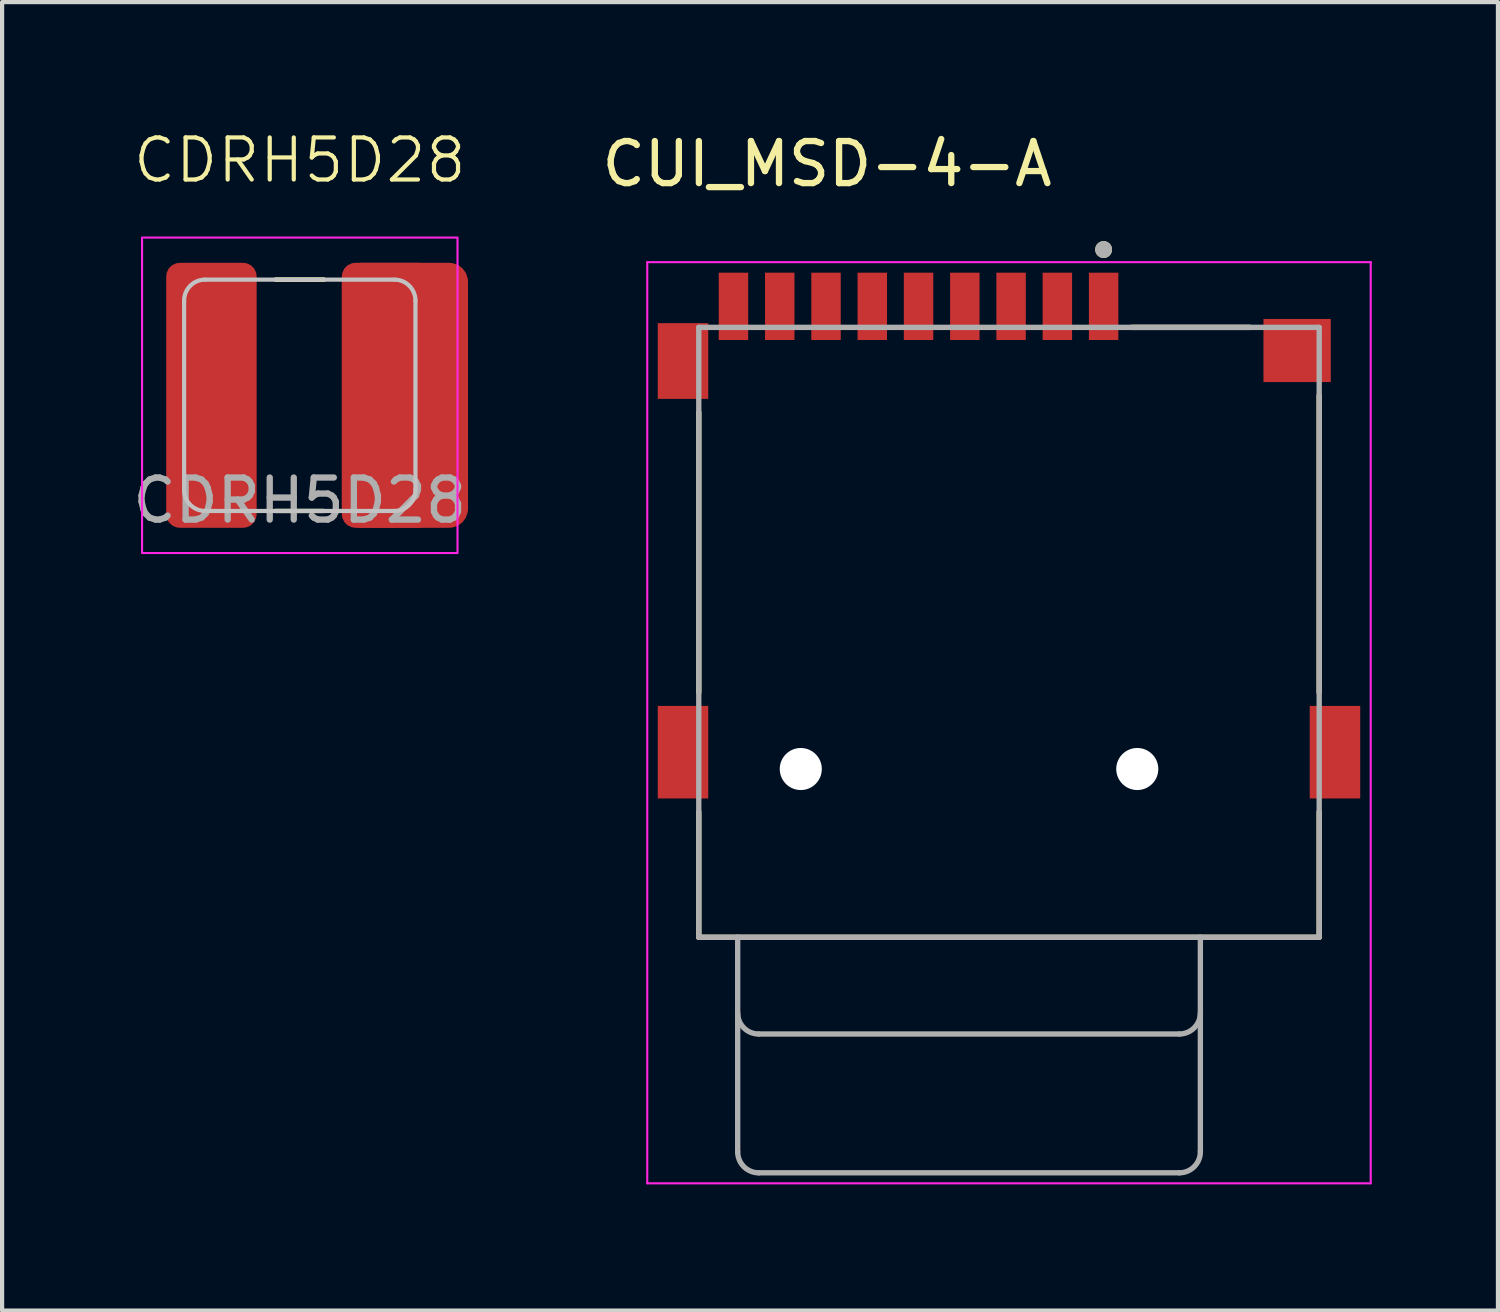
<source format=kicad_pcb>
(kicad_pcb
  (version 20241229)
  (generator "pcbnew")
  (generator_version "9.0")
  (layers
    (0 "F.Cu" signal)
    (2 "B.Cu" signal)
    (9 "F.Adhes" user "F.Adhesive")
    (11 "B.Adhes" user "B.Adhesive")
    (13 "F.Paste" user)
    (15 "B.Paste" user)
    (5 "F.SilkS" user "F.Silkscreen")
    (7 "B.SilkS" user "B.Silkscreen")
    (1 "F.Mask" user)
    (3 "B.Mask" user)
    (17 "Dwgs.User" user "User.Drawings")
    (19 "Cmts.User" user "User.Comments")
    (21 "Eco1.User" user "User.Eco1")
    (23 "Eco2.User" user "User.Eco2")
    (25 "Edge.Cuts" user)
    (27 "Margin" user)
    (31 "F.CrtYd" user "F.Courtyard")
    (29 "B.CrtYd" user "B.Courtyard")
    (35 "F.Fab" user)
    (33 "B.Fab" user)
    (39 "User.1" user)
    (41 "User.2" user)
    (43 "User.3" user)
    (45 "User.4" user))
  (footprint "CUI_MSD-4-A"
    (layer "F.Cu")
    (at 20.938 11.983)
    (property "Reference" "CUI_MSD-4-A" (at -4.325 -11.135 0) (layer "F.SilkS") (effects (font (size 1 1) (thickness 0.15))))
    (attr smd)
    (fp_line (start -7.375 -5.23) (end -7.375 1.43) (stroke (width 0.127) (type solid)) (layer "F.SilkS"))
    (fp_line (start -7.375 4.27) (end -7.375 7.25) (stroke (width 0.127) (type solid)) (layer "F.SilkS"))
    (fp_line (start -7.375 7.25) (end 7.375 7.25) (stroke (width 0.127) (type solid)) (layer "F.SilkS"))
    (fp_line (start 5.73 -7.25) (end 2.92 -7.25) (stroke (width 0.127) (type solid)) (layer "F.SilkS"))
    (fp_line (start 7.375 -5.63) (end 7.375 1.43) (stroke (width 0.127) (type solid)) (layer "F.SilkS"))
    (fp_line (start 7.375 4.27) (end 7.375 7.25) (stroke (width 0.127) (type solid)) (layer "F.SilkS"))
    (fp_circle (center 2.25 -9.1) (end 2.35 -9.1) (stroke (width 0.2) (type solid)) (fill no) (layer "F.SilkS"))
    (fp_line (start -8.6 -8.8) (end 8.6 -8.8) (stroke (width 0.05) (type solid)) (layer "F.CrtYd"))
    (fp_line (start -8.6 13.1) (end -8.6 -8.8) (stroke (width 0.05) (type solid)) (layer "F.CrtYd"))
    (fp_line (start 8.6 -8.8) (end 8.6 13.1) (stroke (width 0.05) (type solid)) (layer "F.CrtYd"))
    (fp_line (start 8.6 13.1) (end -8.6 13.1) (stroke (width 0.05) (type solid)) (layer "F.CrtYd"))
    (fp_line (start -7.375 -7.25) (end -7.375 7.25) (stroke (width 0.127) (type solid)) (layer "F.Fab"))
    (fp_line (start -7.375 7.25) (end -6.45 7.25) (stroke (width 0.127) (type solid)) (layer "F.Fab"))
    (fp_line (start -6.45 7.25) (end -6.45 12.35) (stroke (width 0.127) (type solid)) (layer "F.Fab"))
    (fp_line (start -6.45 7.25) (end 4.55 7.25) (stroke (width 0.127) (type solid)) (layer "F.Fab"))
    (fp_line (start -5.95 9.55) (end 4.05 9.55) (stroke (width 0.127) (type solid)) (layer "F.Fab"))
    (fp_line (start -5.95 12.85) (end 4.05 12.85) (stroke (width 0.127) (type solid)) (layer "F.Fab"))
    (fp_line (start 4.55 7.25) (end 7.375 7.25) (stroke (width 0.127) (type solid)) (layer "F.Fab"))
    (fp_line (start 4.55 12.35) (end 4.55 7.25) (stroke (width 0.127) (type solid)) (layer "F.Fab"))
    (fp_line (start 7.375 -7.25) (end -7.375 -7.25) (stroke (width 0.127) (type solid)) (layer "F.Fab"))
    (fp_line (start 7.375 7.25) (end 7.375 -7.25) (stroke (width 0.127) (type solid)) (layer "F.Fab"))
    (fp_arc (start -5.95 9.55) (mid -6.303553 9.403553) (end -6.45 9.05) (stroke (width 0.127) (type solid)) (layer "F.Fab"))
    (fp_arc (start -5.95 12.85) (mid -6.303553 12.703553) (end -6.45 12.35) (stroke (width 0.127) (type solid)) (layer "F.Fab"))
    (fp_arc (start 4.55 9.05) (mid 4.403553 9.403553) (end 4.05 9.55) (stroke (width 0.127) (type solid)) (layer "F.Fab"))
    (fp_arc (start 4.55 12.35) (mid 4.403553 12.703553) (end 4.05 12.85) (stroke (width 0.127) (type solid)) (layer "F.Fab"))
    (fp_circle (center 2.25 -9.1) (end 2.35 -9.1) (stroke (width 0.2) (type solid)) (fill no) (layer "F.Fab"))
    (pad "" np_thru_hole circle (at -4.95 3.25) (size 1 1) (drill 1) (layers "*.Cu" "*.Mask"))
    (pad "" np_thru_hole circle (at 3.05 3.25) (size 1 1) (drill 1) (layers "*.Cu" "*.Mask"))
    (pad "1" smd rect (at 2.25 -7.75) (size 0.7 1.6) (layers "F.Cu" "F.Mask" "F.Paste"))
    (pad "2" smd rect (at 1.15 -7.75) (size 0.7 1.6) (layers "F.Cu" "F.Mask" "F.Paste"))
    (pad "3" smd rect (at 0.05 -7.75) (size 0.7 1.6) (layers "F.Cu" "F.Mask" "F.Paste"))
    (pad "4" smd rect (at -1.05 -7.75) (size 0.7 1.6) (layers "F.Cu" "F.Mask" "F.Paste"))
    (pad "5" smd rect (at -2.15 -7.75) (size 0.7 1.6) (layers "F.Cu" "F.Mask" "F.Paste"))
    (pad "6" smd rect (at -3.25 -7.75) (size 0.7 1.6) (layers "F.Cu" "F.Mask" "F.Paste"))
    (pad "7" smd rect (at -4.35 -7.75) (size 0.7 1.6) (layers "F.Cu" "F.Mask" "F.Paste"))
    (pad "8" smd rect (at -5.45 -7.75) (size 0.7 1.6) (layers "F.Cu" "F.Mask" "F.Paste"))
    (pad "9" smd rect (at -7.75 -6.45) (size 1.2 1.8) (layers "F.Cu" "F.Mask" "F.Paste"))
    (pad "9" smd rect (at -7.75 2.85) (size 1.2 2.2) (layers "F.Cu" "F.Mask" "F.Paste"))
    (pad "9" smd rect (at 6.85 -6.7) (size 1.6 1.5) (layers "F.Cu" "F.Mask" "F.Paste"))
    (pad "9" smd rect (at 7.75 2.85) (size 1.2 2.2) (layers "F.Cu" "F.Mask" "F.Paste"))
    (pad "CD" smd rect (at -6.55 -7.75) (size 0.7 1.6) (layers "F.Cu" "F.Mask" "F.Paste")))
  (footprint "CDRH5D28"
    (layer "F.Cu")
    (at 4.077 6.348)
    (property "Reference" "CDRH5D28" (at 0 -5.588 0) (unlocked yes) (layer "F.SilkS") (effects (font (size 1 1) (thickness 0.1))))
    (attr smd)
    (fp_line (start -0.6 2.75) (end 0.55 2.75) (stroke (width 0.1) (type default)) (layer "F.SilkS"))
    (fp_line (start -0.575 -2.75) (end 0.575 -2.75) (stroke (width 0.1) (type default)) (layer "F.SilkS"))
    (fp_line (start -0.575 -2.75) (end 0.575 -2.75) (stroke (width 0.1) (type default)) (layer "F.SilkS"))
    (fp_line (start -0.575 2.75) (end 0.575 2.75) (stroke (width 0.1) (type default)) (layer "F.SilkS"))
    (fp_line (start -2.75 2.25) (end -2.75 -2.25) (stroke (width 0.1) (type default)) (layer "Dwgs.User"))
    (fp_line (start -2.25 -2.75) (end 2.25 -2.75) (stroke (width 0.1) (type default)) (layer "Dwgs.User"))
    (fp_line (start 2.25 2.75) (end -2.25 2.75) (stroke (width 0.1) (type default)) (layer "Dwgs.User"))
    (fp_line (start 2.75 -2.25) (end 2.75 2.25) (stroke (width 0.1) (type default)) (layer "Dwgs.User"))
    (fp_arc (start -2.75 -2.25) (mid -2.603553 -2.603553) (end -2.25 -2.75) (stroke (width 0.1) (type default)) (layer "Dwgs.User"))
    (fp_arc (start -2.25 2.75) (mid -2.603553 2.603553) (end -2.75 2.25) (stroke (width 0.1) (type default)) (layer "Dwgs.User"))
    (fp_arc (start 2.25 -2.75) (mid 2.603553 -2.603553) (end 2.75 -2.25) (stroke (width 0.1) (type default)) (layer "Dwgs.User"))
    (fp_arc (start 2.75 2.25) (mid 2.603553 2.603553) (end 2.25 2.75) (stroke (width 0.1) (type default)) (layer "Dwgs.User"))
    (fp_rect (start -3.75 -3.75) (end 3.75 3.75) (stroke (width 0.05) (type solid)) (fill no) (layer "F.CrtYd"))
    (fp_text user "${REFERENCE}" (at 0 2.5 0) (unlocked yes) (layer "F.Fab") (effects (font (size 1 1) (thickness 0.15))))
    (pad "1" smd roundrect (at -2.1 0) (size 2.15 6.3) (layers "F.Cu" "F.Mask" "F.Paste") (roundrect_rratio 0.15))
    (pad "2" smd roundrect (at 2.075 0) (size 2.15 6.3) (layers "F.Cu" "F.Mask" "F.Paste") (roundrect_rratio 0.15))
    (pad "2" smd roundrect (at 2.5 0) (size 3 6.3) (layers "F.Cu" "F.Mask" "F.Paste") (roundrect_rratio 0.15)))
  (gr_rect
    (start -3 -3)
    (end 32.563 28.108)
    (stroke (width 0.1) (type default))
    (fill no)
    (layer "Edge.Cuts")))
</source>
